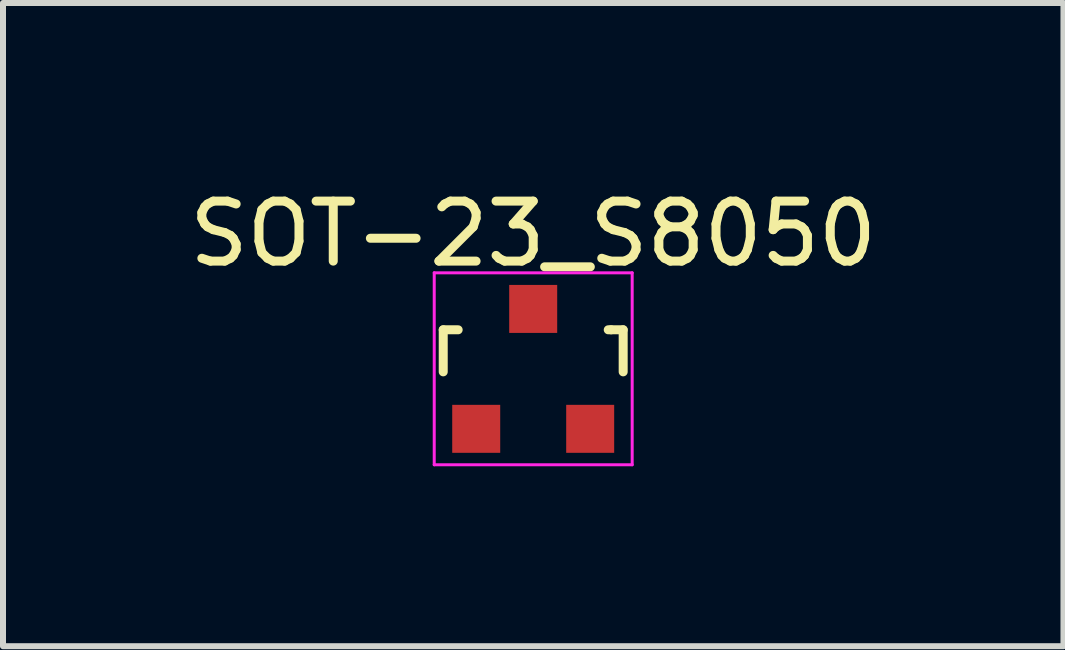
<source format=kicad_pcb>
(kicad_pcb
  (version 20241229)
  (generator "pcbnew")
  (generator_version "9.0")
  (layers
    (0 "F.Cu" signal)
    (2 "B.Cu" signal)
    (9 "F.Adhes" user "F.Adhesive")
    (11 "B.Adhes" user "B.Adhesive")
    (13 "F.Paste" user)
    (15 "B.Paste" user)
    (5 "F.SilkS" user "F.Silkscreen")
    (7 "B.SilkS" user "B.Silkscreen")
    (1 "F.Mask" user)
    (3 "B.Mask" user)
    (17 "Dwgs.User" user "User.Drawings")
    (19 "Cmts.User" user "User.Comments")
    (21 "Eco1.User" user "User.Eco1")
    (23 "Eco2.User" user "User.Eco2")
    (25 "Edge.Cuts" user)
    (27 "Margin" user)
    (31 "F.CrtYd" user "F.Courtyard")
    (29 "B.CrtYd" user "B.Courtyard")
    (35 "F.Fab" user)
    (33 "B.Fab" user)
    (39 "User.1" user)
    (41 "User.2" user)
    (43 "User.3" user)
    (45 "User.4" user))
  (footprint "SOT-23_S8050"
    (layer "F.Cu")
    (at 5.839 3.098)
    (property "Reference" "SOT-23_S8050" (at 0 -2.25 0) (layer "F.SilkS") (effects (font (size 1 1) (thickness 0.15))))
    (attr smd)
    (fp_line (start -1.5 -0.65) (end -1.251 -0.65) (stroke (width 0.15) (type solid)) (layer "F.SilkS"))
    (fp_line (start -1.5 0.051) (end -1.5 -0.65) (stroke (width 0.15) (type solid)) (layer "F.SilkS"))
    (fp_line (start 1.299 -0.65) (end 1.251 -0.65) (stroke (width 0.15) (type solid)) (layer "F.SilkS"))
    (fp_line (start 1.299 -0.65) (end 1.5 -0.65) (stroke (width 0.15) (type solid)) (layer "F.SilkS"))
    (fp_line (start 1.5 -0.65) (end 1.5 0.051) (stroke (width 0.15) (type solid)) (layer "F.SilkS"))
    (fp_line (start -1.65 -1.6) (end 1.65 -1.6) (stroke (width 0.05) (type solid)) (layer "F.CrtYd"))
    (fp_line (start -1.65 1.6) (end -1.65 -1.6) (stroke (width 0.05) (type solid)) (layer "F.CrtYd"))
    (fp_line (start 1.65 -1.6) (end 1.65 1.6) (stroke (width 0.05) (type solid)) (layer "F.CrtYd"))
    (fp_line (start 1.65 1.6) (end -1.65 1.6) (stroke (width 0.05) (type solid)) (layer "F.CrtYd"))
    (pad "1" smd rect (at 0.95 1.001) (size 0.8 0.8) (layers "F.Cu" "F.Mask" "F.Paste"))
    (pad "2" smd rect (at -0.95 1.001) (size 0.8 0.8) (layers "F.Cu" "F.Mask" "F.Paste"))
    (pad "3" smd rect (at 0 -0.998) (size 0.8 0.8) (layers "F.Cu" "F.Mask" "F.Paste")))
  (gr_rect
    (start -3 -3)
    (end 14.679 7.723)
    (stroke (width 0.1) (type default))
    (fill no)
    (layer "Edge.Cuts")))
</source>
